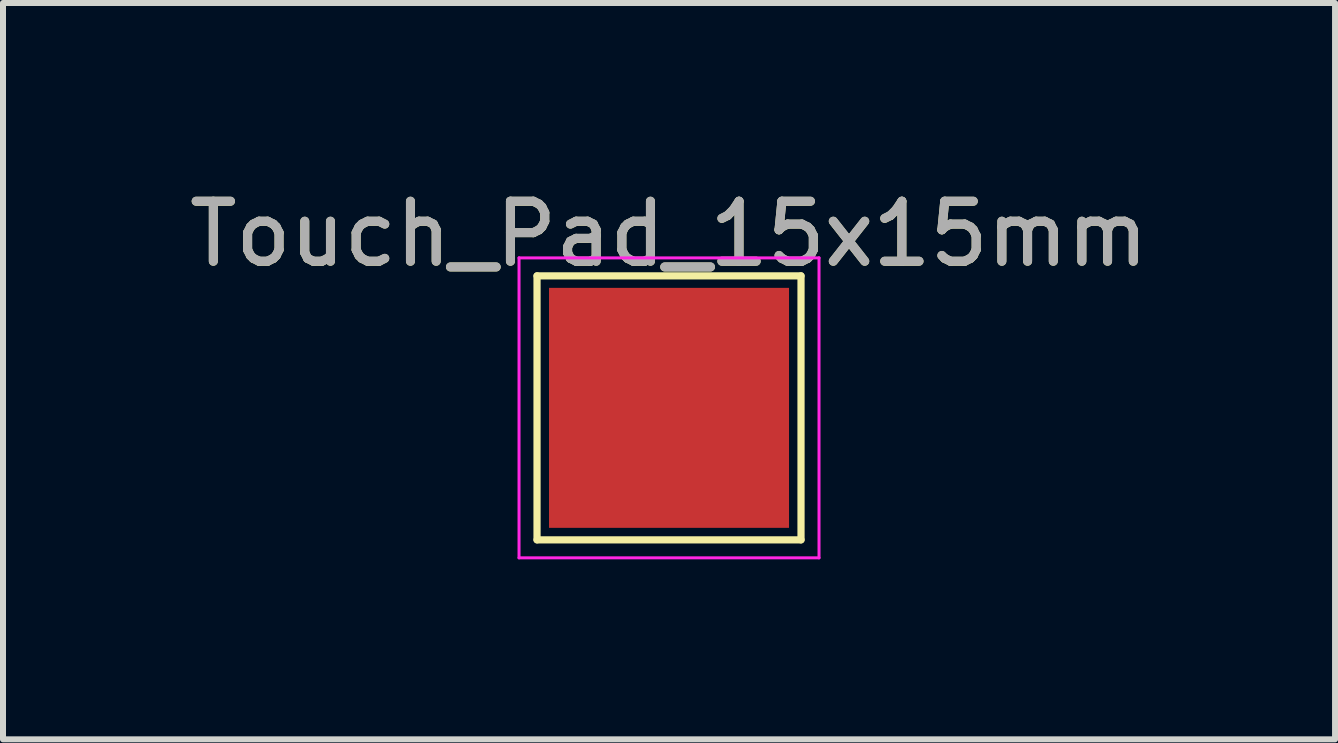
<source format=kicad_pcb>
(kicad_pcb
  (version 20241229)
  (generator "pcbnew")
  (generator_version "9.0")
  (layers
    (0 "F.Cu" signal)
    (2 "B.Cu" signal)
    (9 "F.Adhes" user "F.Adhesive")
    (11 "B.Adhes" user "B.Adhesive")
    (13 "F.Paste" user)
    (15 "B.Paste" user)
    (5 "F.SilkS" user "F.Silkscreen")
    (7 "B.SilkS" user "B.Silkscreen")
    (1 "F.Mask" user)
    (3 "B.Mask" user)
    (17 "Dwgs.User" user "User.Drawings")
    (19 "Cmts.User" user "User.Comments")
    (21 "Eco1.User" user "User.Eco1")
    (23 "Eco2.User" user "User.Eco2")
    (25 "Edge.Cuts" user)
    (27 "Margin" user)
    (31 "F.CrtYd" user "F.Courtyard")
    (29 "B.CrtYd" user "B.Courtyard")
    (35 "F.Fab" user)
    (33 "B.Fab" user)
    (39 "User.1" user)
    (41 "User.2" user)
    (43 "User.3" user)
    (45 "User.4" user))
  (footprint "Touch_Pad_15x15mm"
    (layer "F.Cu")
    (at 8.101 3.748)
    (property "Reference" "Touch_Pad_15x15mm" (at 0 -2.898 0) (layer "F.SilkS") (effects (font (size 1 1) (thickness 0.15))))
    (attr exclude_from_pos_files exclude_from_bom)
    (fp_line (start -2.2 -2.2) (end 2.2 -2.2) (stroke (width 0.12) (type solid)) (layer "F.SilkS"))
    (fp_line (start -2.2 2.2) (end -2.2 -2.2) (stroke (width 0.12) (type solid)) (layer "F.SilkS"))
    (fp_line (start 2.2 -2.2) (end 2.2 2.2) (stroke (width 0.12) (type solid)) (layer "F.SilkS"))
    (fp_line (start 2.2 2.2) (end -2.2 2.2) (stroke (width 0.12) (type solid)) (layer "F.SilkS"))
    (fp_line (start -2.5 -2.5) (end -2.5 2.5) (stroke (width 0.05) (type solid)) (layer "F.CrtYd"))
    (fp_line (start -2.5 -2.5) (end 2.5 -2.5) (stroke (width 0.05) (type solid)) (layer "F.CrtYd"))
    (fp_line (start 2.5 2.5) (end -2.5 2.5) (stroke (width 0.05) (type solid)) (layer "F.CrtYd"))
    (fp_line (start 2.5 2.5) (end 2.5 -2.5) (stroke (width 0.05) (type solid)) (layer "F.CrtYd"))
    (fp_text user "${REFERENCE}" (at 0 -2.9 0) (layer "F.Fab") (effects (font (size 1 1) (thickness 0.15))))
    (pad "1" smd rect (at 0 0) (size 4 4) (layers "F.Cu" "F.Mask")))
  (gr_rect
    (start -3 -3)
    (end 19.202 9.273)
    (stroke (width 0.1) (type default))
    (fill no)
    (layer "Edge.Cuts")))
</source>
